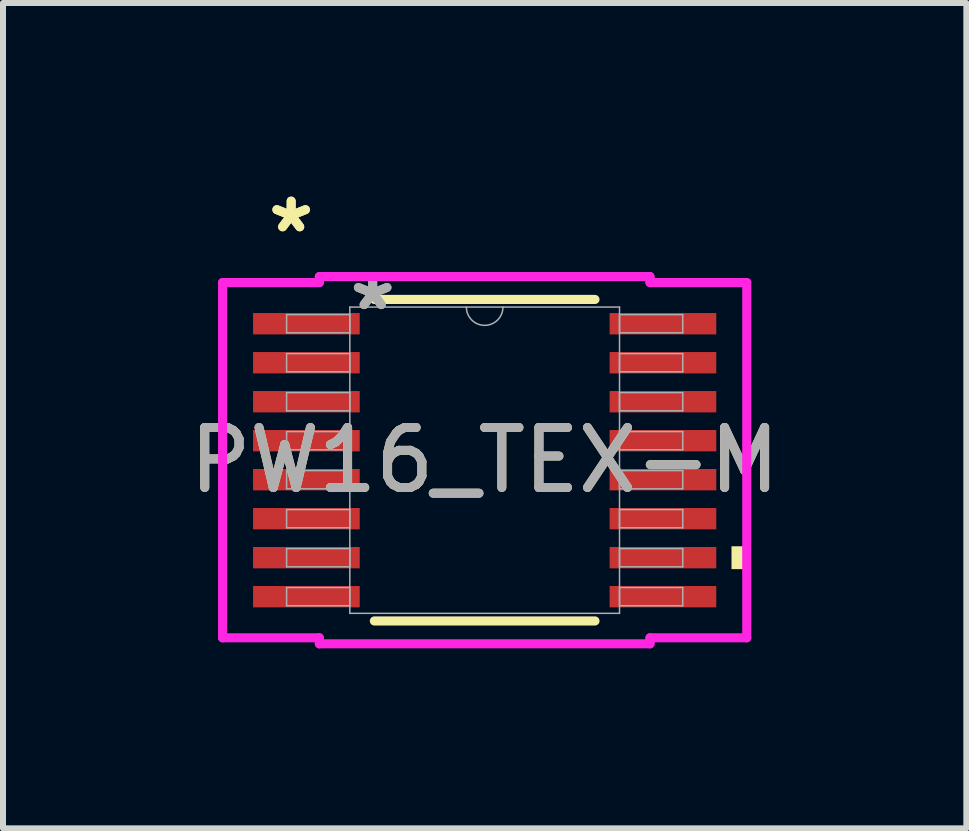
<source format=kicad_pcb>
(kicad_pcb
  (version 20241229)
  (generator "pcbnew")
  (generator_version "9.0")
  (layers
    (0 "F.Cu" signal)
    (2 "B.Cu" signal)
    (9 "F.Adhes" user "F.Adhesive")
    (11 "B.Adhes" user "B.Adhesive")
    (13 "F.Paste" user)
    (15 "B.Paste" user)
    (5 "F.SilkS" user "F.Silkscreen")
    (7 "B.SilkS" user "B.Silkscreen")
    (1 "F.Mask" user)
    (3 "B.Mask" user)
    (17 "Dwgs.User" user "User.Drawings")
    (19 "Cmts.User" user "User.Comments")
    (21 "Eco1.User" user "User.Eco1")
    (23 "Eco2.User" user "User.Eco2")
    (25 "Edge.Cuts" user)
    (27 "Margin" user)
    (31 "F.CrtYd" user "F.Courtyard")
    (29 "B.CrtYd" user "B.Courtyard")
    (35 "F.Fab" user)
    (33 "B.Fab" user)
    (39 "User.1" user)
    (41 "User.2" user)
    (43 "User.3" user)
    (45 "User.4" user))
  (footprint "PW16_TEX-M"
    (layer "F.Cu")
    (at 5.03 4.622)
    (property "Reference" "PW16_TEX-M" (at 0 0 0) (unlocked yes) (layer "F.SilkS") (effects (font (size 1 1) (thickness 0.15))))
    (attr smd)
    (fp_line (start -1.839 2.68) (end 1.839 2.68) (stroke (width 0.152) (type solid)) (layer "F.SilkS"))
    (fp_line (start 1.839 -2.68) (end -1.839 -2.68) (stroke (width 0.152) (type solid)) (layer "F.SilkS"))
    (fp_poly (pts (xy 4.369 1.435) (xy 4.369 1.816) (xy 4.115 1.816) (xy 4.115 1.435)) (stroke (width 0) (type solid)) (fill yes) (layer "F.SilkS"))
    (fp_line (start -4.369 -2.961) (end -2.756 -2.961) (stroke (width 0.152) (type solid)) (layer "F.CrtYd"))
    (fp_line (start -4.369 2.961) (end -4.369 -2.961) (stroke (width 0.152) (type solid)) (layer "F.CrtYd"))
    (fp_line (start -4.369 2.961) (end -2.756 2.961) (stroke (width 0.152) (type solid)) (layer "F.CrtYd"))
    (fp_line (start -2.756 -3.061) (end 2.756 -3.061) (stroke (width 0.152) (type solid)) (layer "F.CrtYd"))
    (fp_line (start -2.756 -2.961) (end -2.756 -3.061) (stroke (width 0.152) (type solid)) (layer "F.CrtYd"))
    (fp_line (start -2.756 3.061) (end -2.756 2.961) (stroke (width 0.152) (type solid)) (layer "F.CrtYd"))
    (fp_line (start 2.756 -3.061) (end 2.756 -2.961) (stroke (width 0.152) (type solid)) (layer "F.CrtYd"))
    (fp_line (start 2.756 2.961) (end 2.756 3.061) (stroke (width 0.152) (type solid)) (layer "F.CrtYd"))
    (fp_line (start 2.756 3.061) (end -2.756 3.061) (stroke (width 0.152) (type solid)) (layer "F.CrtYd"))
    (fp_line (start 4.369 -2.961) (end 2.756 -2.961) (stroke (width 0.152) (type solid)) (layer "F.CrtYd"))
    (fp_line (start 4.369 -2.961) (end 4.369 2.961) (stroke (width 0.152) (type solid)) (layer "F.CrtYd"))
    (fp_line (start 4.369 2.961) (end 2.756 2.961) (stroke (width 0.152) (type solid)) (layer "F.CrtYd"))
    (fp_line (start -3.302 -2.427) (end -3.302 -2.123) (stroke (width 0.025) (type solid)) (layer "F.Fab"))
    (fp_line (start -3.302 -2.123) (end -2.248 -2.123) (stroke (width 0.025) (type solid)) (layer "F.Fab"))
    (fp_line (start -3.302 -1.777) (end -3.302 -1.473) (stroke (width 0.025) (type solid)) (layer "F.Fab"))
    (fp_line (start -3.302 -1.473) (end -2.248 -1.473) (stroke (width 0.025) (type solid)) (layer "F.Fab"))
    (fp_line (start -3.302 -1.127) (end -3.302 -0.823) (stroke (width 0.025) (type solid)) (layer "F.Fab"))
    (fp_line (start -3.302 -0.823) (end -2.248 -0.823) (stroke (width 0.025) (type solid)) (layer "F.Fab"))
    (fp_line (start -3.302 -0.477) (end -3.302 -0.173) (stroke (width 0.025) (type solid)) (layer "F.Fab"))
    (fp_line (start -3.302 -0.173) (end -2.248 -0.173) (stroke (width 0.025) (type solid)) (layer "F.Fab"))
    (fp_line (start -3.302 0.173) (end -3.302 0.477) (stroke (width 0.025) (type solid)) (layer "F.Fab"))
    (fp_line (start -3.302 0.477) (end -2.248 0.477) (stroke (width 0.025) (type solid)) (layer "F.Fab"))
    (fp_line (start -3.302 0.823) (end -3.302 1.127) (stroke (width 0.025) (type solid)) (layer "F.Fab"))
    (fp_line (start -3.302 1.127) (end -2.248 1.127) (stroke (width 0.025) (type solid)) (layer "F.Fab"))
    (fp_line (start -3.302 1.473) (end -3.302 1.777) (stroke (width 0.025) (type solid)) (layer "F.Fab"))
    (fp_line (start -3.302 1.777) (end -2.248 1.777) (stroke (width 0.025) (type solid)) (layer "F.Fab"))
    (fp_line (start -3.302 2.123) (end -3.302 2.427) (stroke (width 0.025) (type solid)) (layer "F.Fab"))
    (fp_line (start -3.302 2.427) (end -2.248 2.427) (stroke (width 0.025) (type solid)) (layer "F.Fab"))
    (fp_line (start -2.248 -2.553) (end -2.248 2.553) (stroke (width 0.025) (type solid)) (layer "F.Fab"))
    (fp_line (start -2.248 -2.427) (end -3.302 -2.427) (stroke (width 0.025) (type solid)) (layer "F.Fab"))
    (fp_line (start -2.248 -2.123) (end -2.248 -2.427) (stroke (width 0.025) (type solid)) (layer "F.Fab"))
    (fp_line (start -2.248 -1.777) (end -3.302 -1.777) (stroke (width 0.025) (type solid)) (layer "F.Fab"))
    (fp_line (start -2.248 -1.473) (end -2.248 -1.777) (stroke (width 0.025) (type solid)) (layer "F.Fab"))
    (fp_line (start -2.248 -1.127) (end -3.302 -1.127) (stroke (width 0.025) (type solid)) (layer "F.Fab"))
    (fp_line (start -2.248 -0.823) (end -2.248 -1.127) (stroke (width 0.025) (type solid)) (layer "F.Fab"))
    (fp_line (start -2.248 -0.477) (end -3.302 -0.477) (stroke (width 0.025) (type solid)) (layer "F.Fab"))
    (fp_line (start -2.248 -0.173) (end -2.248 -0.477) (stroke (width 0.025) (type solid)) (layer "F.Fab"))
    (fp_line (start -2.248 0.173) (end -3.302 0.173) (stroke (width 0.025) (type solid)) (layer "F.Fab"))
    (fp_line (start -2.248 0.477) (end -2.248 0.173) (stroke (width 0.025) (type solid)) (layer "F.Fab"))
    (fp_line (start -2.248 0.823) (end -3.302 0.823) (stroke (width 0.025) (type solid)) (layer "F.Fab"))
    (fp_line (start -2.248 1.127) (end -2.248 0.823) (stroke (width 0.025) (type solid)) (layer "F.Fab"))
    (fp_line (start -2.248 1.473) (end -3.302 1.473) (stroke (width 0.025) (type solid)) (layer "F.Fab"))
    (fp_line (start -2.248 1.777) (end -2.248 1.473) (stroke (width 0.025) (type solid)) (layer "F.Fab"))
    (fp_line (start -2.248 2.123) (end -3.302 2.123) (stroke (width 0.025) (type solid)) (layer "F.Fab"))
    (fp_line (start -2.248 2.427) (end -2.248 2.123) (stroke (width 0.025) (type solid)) (layer "F.Fab"))
    (fp_line (start -2.248 2.553) (end 2.248 2.553) (stroke (width 0.025) (type solid)) (layer "F.Fab"))
    (fp_line (start 2.248 -2.553) (end -2.248 -2.553) (stroke (width 0.025) (type solid)) (layer "F.Fab"))
    (fp_line (start 2.248 -2.427) (end 2.248 -2.123) (stroke (width 0.025) (type solid)) (layer "F.Fab"))
    (fp_line (start 2.248 -2.123) (end 3.302 -2.123) (stroke (width 0.025) (type solid)) (layer "F.Fab"))
    (fp_line (start 2.248 -1.777) (end 2.248 -1.473) (stroke (width 0.025) (type solid)) (layer "F.Fab"))
    (fp_line (start 2.248 -1.473) (end 3.302 -1.473) (stroke (width 0.025) (type solid)) (layer "F.Fab"))
    (fp_line (start 2.248 -1.127) (end 2.248 -0.823) (stroke (width 0.025) (type solid)) (layer "F.Fab"))
    (fp_line (start 2.248 -0.823) (end 3.302 -0.823) (stroke (width 0.025) (type solid)) (layer "F.Fab"))
    (fp_line (start 2.248 -0.477) (end 2.248 -0.173) (stroke (width 0.025) (type solid)) (layer "F.Fab"))
    (fp_line (start 2.248 -0.173) (end 3.302 -0.173) (stroke (width 0.025) (type solid)) (layer "F.Fab"))
    (fp_line (start 2.248 0.173) (end 2.248 0.477) (stroke (width 0.025) (type solid)) (layer "F.Fab"))
    (fp_line (start 2.248 0.477) (end 3.302 0.477) (stroke (width 0.025) (type solid)) (layer "F.Fab"))
    (fp_line (start 2.248 0.823) (end 2.248 1.127) (stroke (width 0.025) (type solid)) (layer "F.Fab"))
    (fp_line (start 2.248 1.127) (end 3.302 1.127) (stroke (width 0.025) (type solid)) (layer "F.Fab"))
    (fp_line (start 2.248 1.473) (end 2.248 1.777) (stroke (width 0.025) (type solid)) (layer "F.Fab"))
    (fp_line (start 2.248 1.777) (end 3.302 1.777) (stroke (width 0.025) (type solid)) (layer "F.Fab"))
    (fp_line (start 2.248 2.123) (end 2.248 2.427) (stroke (width 0.025) (type solid)) (layer "F.Fab"))
    (fp_line (start 2.248 2.427) (end 3.302 2.427) (stroke (width 0.025) (type solid)) (layer "F.Fab"))
    (fp_line (start 2.248 2.553) (end 2.248 -2.553) (stroke (width 0.025) (type solid)) (layer "F.Fab"))
    (fp_line (start 3.302 -2.427) (end 2.248 -2.427) (stroke (width 0.025) (type solid)) (layer "F.Fab"))
    (fp_line (start 3.302 -2.123) (end 3.302 -2.427) (stroke (width 0.025) (type solid)) (layer "F.Fab"))
    (fp_line (start 3.302 -1.777) (end 2.248 -1.777) (stroke (width 0.025) (type solid)) (layer "F.Fab"))
    (fp_line (start 3.302 -1.473) (end 3.302 -1.777) (stroke (width 0.025) (type solid)) (layer "F.Fab"))
    (fp_line (start 3.302 -1.127) (end 2.248 -1.127) (stroke (width 0.025) (type solid)) (layer "F.Fab"))
    (fp_line (start 3.302 -0.823) (end 3.302 -1.127) (stroke (width 0.025) (type solid)) (layer "F.Fab"))
    (fp_line (start 3.302 -0.477) (end 2.248 -0.477) (stroke (width 0.025) (type solid)) (layer "F.Fab"))
    (fp_line (start 3.302 -0.173) (end 3.302 -0.477) (stroke (width 0.025) (type solid)) (layer "F.Fab"))
    (fp_line (start 3.302 0.173) (end 2.248 0.173) (stroke (width 0.025) (type solid)) (layer "F.Fab"))
    (fp_line (start 3.302 0.477) (end 3.302 0.173) (stroke (width 0.025) (type solid)) (layer "F.Fab"))
    (fp_line (start 3.302 0.823) (end 2.248 0.823) (stroke (width 0.025) (type solid)) (layer "F.Fab"))
    (fp_line (start 3.302 1.127) (end 3.302 0.823) (stroke (width 0.025) (type solid)) (layer "F.Fab"))
    (fp_line (start 3.302 1.473) (end 2.248 1.473) (stroke (width 0.025) (type solid)) (layer "F.Fab"))
    (fp_line (start 3.302 1.777) (end 3.302 1.473) (stroke (width 0.025) (type solid)) (layer "F.Fab"))
    (fp_line (start 3.302 2.123) (end 2.248 2.123) (stroke (width 0.025) (type solid)) (layer "F.Fab"))
    (fp_line (start 3.302 2.427) (end 3.302 2.123) (stroke (width 0.025) (type solid)) (layer "F.Fab"))
    (fp_arc (start 0.3048 -2.5527) (mid 0 -2.2479) (end -0.3048 -2.5527) (stroke (width 0.0254) (type solid)) (layer "F.Fab"))
    (fp_text user "*" (at -3.226 -3.774 0) (layer "F.SilkS") (effects (font (size 1 1) (thickness 0.15))))
    (fp_text user "*" (at -3.226 -3.774 0) (unlocked yes) (layer "F.SilkS") (effects (font (size 1 1) (thickness 0.15))))
    (fp_text user "*" (at -1.867 -2.477 0) (unlocked yes) (layer "F.Fab") (effects (font (size 1 1) (thickness 0.15))))
    (fp_text user "*" (at -1.867 -2.477 0) (layer "F.Fab") (effects (font (size 1 1) (thickness 0.15))))
    (fp_text user "${REFERENCE}" (at 0 0 0) (unlocked yes) (layer "F.Fab") (effects (font (size 1 1) (thickness 0.15))))
    (pad "1" smd rect (at -2.972 -2.275) (size 1.778 0.356) (layers "F.Cu" "F.Mask" "F.Paste"))
    (pad "2" smd rect (at -2.972 -1.625) (size 1.778 0.356) (layers "F.Cu" "F.Mask" "F.Paste"))
    (pad "3" smd rect (at -2.972 -0.975) (size 1.778 0.356) (layers "F.Cu" "F.Mask" "F.Paste"))
    (pad "4" smd rect (at -2.972 -0.325) (size 1.778 0.356) (layers "F.Cu" "F.Mask" "F.Paste"))
    (pad "5" smd rect (at -2.972 0.325) (size 1.778 0.356) (layers "F.Cu" "F.Mask" "F.Paste"))
    (pad "6" smd rect (at -2.972 0.975) (size 1.778 0.356) (layers "F.Cu" "F.Mask" "F.Paste"))
    (pad "7" smd rect (at -2.972 1.625) (size 1.778 0.356) (layers "F.Cu" "F.Mask" "F.Paste"))
    (pad "8" smd rect (at -2.972 2.275) (size 1.778 0.356) (layers "F.Cu" "F.Mask" "F.Paste"))
    (pad "9" smd rect (at 2.972 2.275) (size 1.778 0.356) (layers "F.Cu" "F.Mask" "F.Paste"))
    (pad "10" smd rect (at 2.972 1.625) (size 1.778 0.356) (layers "F.Cu" "F.Mask" "F.Paste"))
    (pad "11" smd rect (at 2.972 0.975) (size 1.778 0.356) (layers "F.Cu" "F.Mask" "F.Paste"))
    (pad "12" smd rect (at 2.972 0.325) (size 1.778 0.356) (layers "F.Cu" "F.Mask" "F.Paste"))
    (pad "13" smd rect (at 2.972 -0.325) (size 1.778 0.356) (layers "F.Cu" "F.Mask" "F.Paste"))
    (pad "14" smd rect (at 2.972 -0.975) (size 1.778 0.356) (layers "F.Cu" "F.Mask" "F.Paste"))
    (pad "15" smd rect (at 2.972 -1.625) (size 1.778 0.356) (layers "F.Cu" "F.Mask" "F.Paste"))
    (pad "16" smd rect (at 2.972 -2.275) (size 1.778 0.356) (layers "F.Cu" "F.Mask" "F.Paste")))
  (gr_rect
    (start -3 -3)
    (end 13.06 10.759)
    (stroke (width 0.1) (type default))
    (fill no)
    (layer "Edge.Cuts")))
</source>
